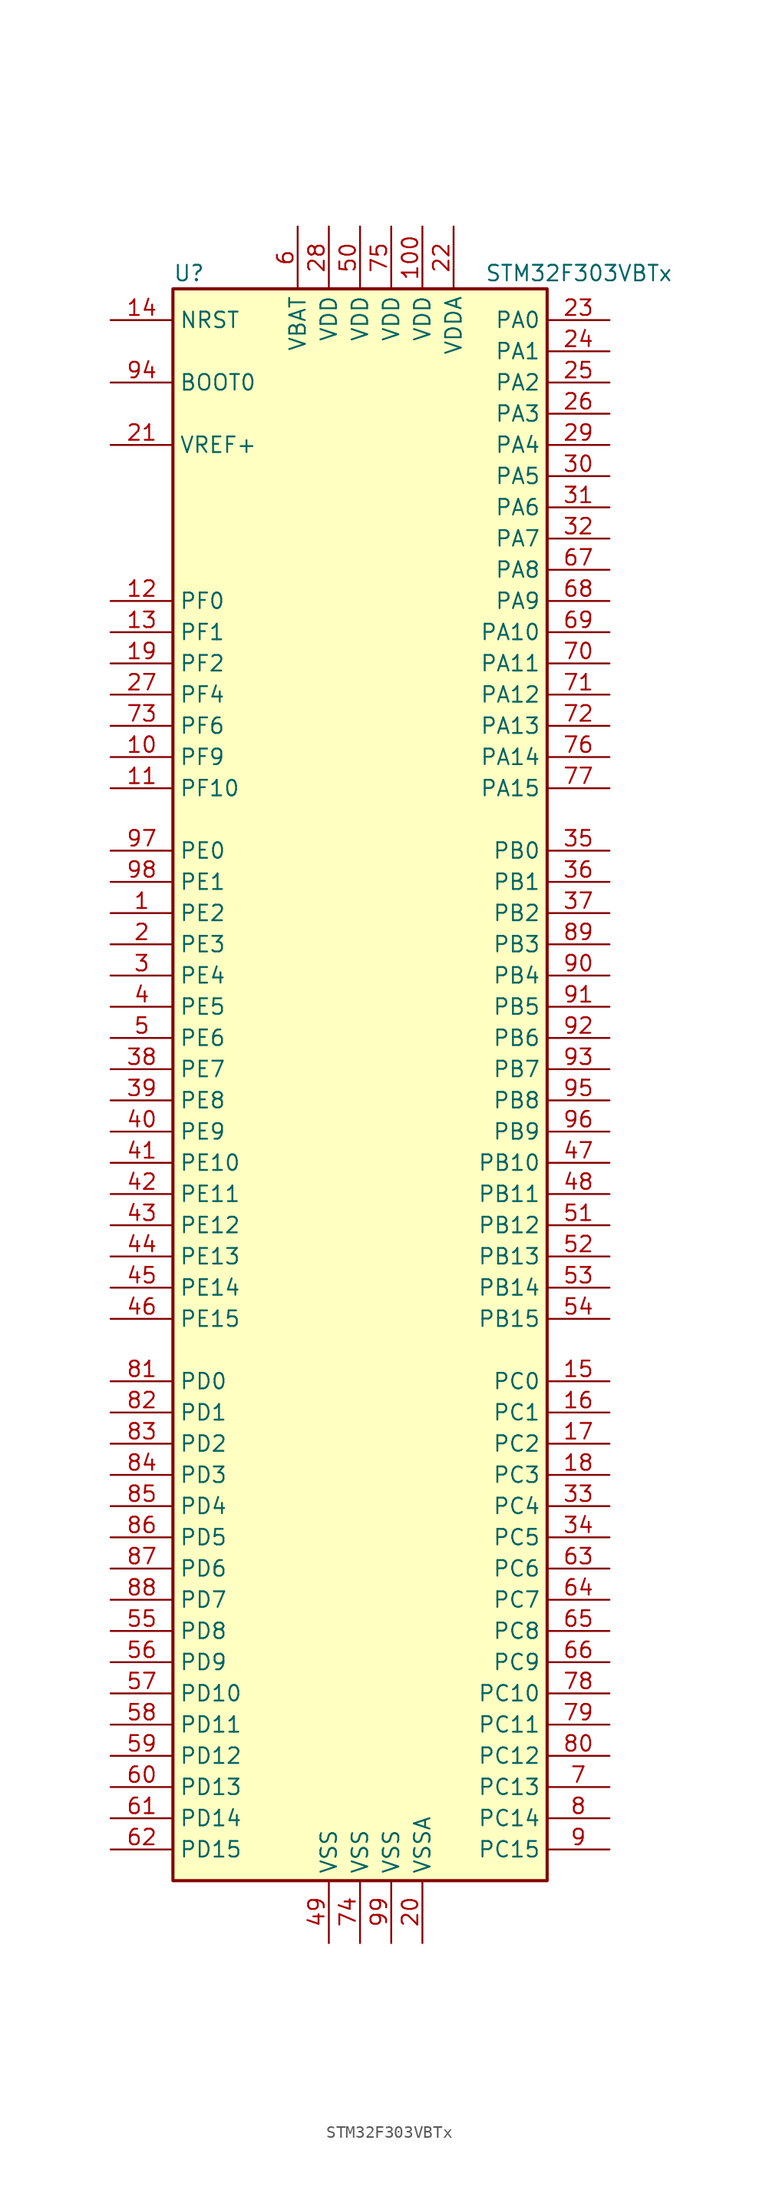
<source format=kicad_sym>
(kicad_symbol_lib
  (version 20201005)
  (generator kicad_symbol_editor)
  (symbol "STM32F303VBTx"
    (property "Reference" "U"
      (at -15.24 64.77 0)
      (effects (font (size 1.27 1.27)) (justify left)))
    (property "Value" "STM32F303VBTx"
      (at 10.16 64.77 0)
      (effects (font (size 1.27 1.27)) (justify left)))
    (symbol "STM32F303VBTx_0_1"
      (rectangle (start -15.24 -66.04) (end 15.24 63.5) (stroke (width 0.254)) (fill (type background))))
    (symbol "STM32F303VBTx_1_1"
      (pin bidirectional line (at -20.32 12.7 0) (length 5.08) (name "PE2" (effects (font (size 1.27 1.27)))) (number "1" (effects (font (size 1.27 1.27)))))
      (pin bidirectional line (at -20.32 25.4 0) (length 5.08) (name "PF9" (effects (font (size 1.27 1.27)))) (number "10" (effects (font (size 1.27 1.27)))))
      (pin power_in line (at 5.08 68.58 270) (length 5.08) (name "VDD" (effects (font (size 1.27 1.27)))) (number "100" (effects (font (size 1.27 1.27)))))
      (pin bidirectional line (at -20.32 22.86 0) (length 5.08) (name "PF10" (effects (font (size 1.27 1.27)))) (number "11" (effects (font (size 1.27 1.27)))))
      (pin input line (at -20.32 38.1 0) (length 5.08) (name "PF0" (effects (font (size 1.27 1.27)))) (number "12" (effects (font (size 1.27 1.27)))))
      (pin input line (at -20.32 35.56 0) (length 5.08) (name "PF1" (effects (font (size 1.27 1.27)))) (number "13" (effects (font (size 1.27 1.27)))))
      (pin input line (at -20.32 60.96 0) (length 5.08) (name "NRST" (effects (font (size 1.27 1.27)))) (number "14" (effects (font (size 1.27 1.27)))))
      (pin bidirectional line (at 20.32 -25.4 180) (length 5.08) (name "PC0" (effects (font (size 1.27 1.27)))) (number "15" (effects (font (size 1.27 1.27)))))
      (pin bidirectional line (at 20.32 -27.94 180) (length 5.08) (name "PC1" (effects (font (size 1.27 1.27)))) (number "16" (effects (font (size 1.27 1.27)))))
      (pin bidirectional line (at 20.32 -30.48 180) (length 5.08) (name "PC2" (effects (font (size 1.27 1.27)))) (number "17" (effects (font (size 1.27 1.27)))))
      (pin bidirectional line (at 20.32 -33.02 180) (length 5.08) (name "PC3" (effects (font (size 1.27 1.27)))) (number "18" (effects (font (size 1.27 1.27)))))
      (pin bidirectional line (at -20.32 33.02 0) (length 5.08) (name "PF2" (effects (font (size 1.27 1.27)))) (number "19" (effects (font (size 1.27 1.27)))))
      (pin bidirectional line (at -20.32 10.16 0) (length 5.08) (name "PE3" (effects (font (size 1.27 1.27)))) (number "2" (effects (font (size 1.27 1.27)))))
      (pin power_in line (at 5.08 -71.12 90) (length 5.08) (name "VSSA" (effects (font (size 1.27 1.27)))) (number "20" (effects (font (size 1.27 1.27)))))
      (pin power_in line (at -20.32 50.8 0) (length 5.08) (name "VREF+" (effects (font (size 1.27 1.27)))) (number "21" (effects (font (size 1.27 1.27)))))
      (pin power_in line (at 7.62 68.58 270) (length 5.08) (name "VDDA" (effects (font (size 1.27 1.27)))) (number "22" (effects (font (size 1.27 1.27)))))
      (pin bidirectional line (at 20.32 60.96 180) (length 5.08) (name "PA0" (effects (font (size 1.27 1.27)))) (number "23" (effects (font (size 1.27 1.27)))))
      (pin bidirectional line (at 20.32 58.42 180) (length 5.08) (name "PA1" (effects (font (size 1.27 1.27)))) (number "24" (effects (font (size 1.27 1.27)))))
      (pin bidirectional line (at 20.32 55.88 180) (length 5.08) (name "PA2" (effects (font (size 1.27 1.27)))) (number "25" (effects (font (size 1.27 1.27)))))
      (pin bidirectional line (at 20.32 53.34 180) (length 5.08) (name "PA3" (effects (font (size 1.27 1.27)))) (number "26" (effects (font (size 1.27 1.27)))))
      (pin bidirectional line (at -20.32 30.48 0) (length 5.08) (name "PF4" (effects (font (size 1.27 1.27)))) (number "27" (effects (font (size 1.27 1.27)))))
      (pin power_in line (at -2.54 68.58 270) (length 5.08) (name "VDD" (effects (font (size 1.27 1.27)))) (number "28" (effects (font (size 1.27 1.27)))))
      (pin bidirectional line (at 20.32 50.8 180) (length 5.08) (name "PA4" (effects (font (size 1.27 1.27)))) (number "29" (effects (font (size 1.27 1.27)))))
      (pin bidirectional line (at -20.32 7.62 0) (length 5.08) (name "PE4" (effects (font (size 1.27 1.27)))) (number "3" (effects (font (size 1.27 1.27)))))
      (pin bidirectional line (at 20.32 48.26 180) (length 5.08) (name "PA5" (effects (font (size 1.27 1.27)))) (number "30" (effects (font (size 1.27 1.27)))))
      (pin bidirectional line (at 20.32 45.72 180) (length 5.08) (name "PA6" (effects (font (size 1.27 1.27)))) (number "31" (effects (font (size 1.27 1.27)))))
      (pin bidirectional line (at 20.32 43.18 180) (length 5.08) (name "PA7" (effects (font (size 1.27 1.27)))) (number "32" (effects (font (size 1.27 1.27)))))
      (pin bidirectional line (at 20.32 -35.56 180) (length 5.08) (name "PC4" (effects (font (size 1.27 1.27)))) (number "33" (effects (font (size 1.27 1.27)))))
      (pin bidirectional line (at 20.32 -38.1 180) (length 5.08) (name "PC5" (effects (font (size 1.27 1.27)))) (number "34" (effects (font (size 1.27 1.27)))))
      (pin bidirectional line (at 20.32 17.78 180) (length 5.08) (name "PB0" (effects (font (size 1.27 1.27)))) (number "35" (effects (font (size 1.27 1.27)))))
      (pin bidirectional line (at 20.32 15.24 180) (length 5.08) (name "PB1" (effects (font (size 1.27 1.27)))) (number "36" (effects (font (size 1.27 1.27)))))
      (pin bidirectional line (at 20.32 12.7 180) (length 5.08) (name "PB2" (effects (font (size 1.27 1.27)))) (number "37" (effects (font (size 1.27 1.27)))))
      (pin bidirectional line (at -20.32 0 0) (length 5.08) (name "PE7" (effects (font (size 1.27 1.27)))) (number "38" (effects (font (size 1.27 1.27)))))
      (pin bidirectional line (at -20.32 -2.54 0) (length 5.08) (name "PE8" (effects (font (size 1.27 1.27)))) (number "39" (effects (font (size 1.27 1.27)))))
      (pin bidirectional line (at -20.32 5.08 0) (length 5.08) (name "PE5" (effects (font (size 1.27 1.27)))) (number "4" (effects (font (size 1.27 1.27)))))
      (pin bidirectional line (at -20.32 -5.08 0) (length 5.08) (name "PE9" (effects (font (size 1.27 1.27)))) (number "40" (effects (font (size 1.27 1.27)))))
      (pin bidirectional line (at -20.32 -7.62 0) (length 5.08) (name "PE10" (effects (font (size 1.27 1.27)))) (number "41" (effects (font (size 1.27 1.27)))))
      (pin bidirectional line (at -20.32 -10.16 0) (length 5.08) (name "PE11" (effects (font (size 1.27 1.27)))) (number "42" (effects (font (size 1.27 1.27)))))
      (pin bidirectional line (at -20.32 -12.7 0) (length 5.08) (name "PE12" (effects (font (size 1.27 1.27)))) (number "43" (effects (font (size 1.27 1.27)))))
      (pin bidirectional line (at -20.32 -15.24 0) (length 5.08) (name "PE13" (effects (font (size 1.27 1.27)))) (number "44" (effects (font (size 1.27 1.27)))))
      (pin bidirectional line (at -20.32 -17.78 0) (length 5.08) (name "PE14" (effects (font (size 1.27 1.27)))) (number "45" (effects (font (size 1.27 1.27)))))
      (pin bidirectional line (at -20.32 -20.32 0) (length 5.08) (name "PE15" (effects (font (size 1.27 1.27)))) (number "46" (effects (font (size 1.27 1.27)))))
      (pin bidirectional line (at 20.32 -7.62 180) (length 5.08) (name "PB10" (effects (font (size 1.27 1.27)))) (number "47" (effects (font (size 1.27 1.27)))))
      (pin bidirectional line (at 20.32 -10.16 180) (length 5.08) (name "PB11" (effects (font (size 1.27 1.27)))) (number "48" (effects (font (size 1.27 1.27)))))
      (pin power_in line (at -2.54 -71.12 90) (length 5.08) (name "VSS" (effects (font (size 1.27 1.27)))) (number "49" (effects (font (size 1.27 1.27)))))
      (pin bidirectional line (at -20.32 2.54 0) (length 5.08) (name "PE6" (effects (font (size 1.27 1.27)))) (number "5" (effects (font (size 1.27 1.27)))))
      (pin power_in line (at 0 68.58 270) (length 5.08) (name "VDD" (effects (font (size 1.27 1.27)))) (number "50" (effects (font (size 1.27 1.27)))))
      (pin bidirectional line (at 20.32 -12.7 180) (length 5.08) (name "PB12" (effects (font (size 1.27 1.27)))) (number "51" (effects (font (size 1.27 1.27)))))
      (pin bidirectional line (at 20.32 -15.24 180) (length 5.08) (name "PB13" (effects (font (size 1.27 1.27)))) (number "52" (effects (font (size 1.27 1.27)))))
      (pin bidirectional line (at 20.32 -17.78 180) (length 5.08) (name "PB14" (effects (font (size 1.27 1.27)))) (number "53" (effects (font (size 1.27 1.27)))))
      (pin bidirectional line (at 20.32 -20.32 180) (length 5.08) (name "PB15" (effects (font (size 1.27 1.27)))) (number "54" (effects (font (size 1.27 1.27)))))
      (pin bidirectional line (at -20.32 -45.72 0) (length 5.08) (name "PD8" (effects (font (size 1.27 1.27)))) (number "55" (effects (font (size 1.27 1.27)))))
      (pin bidirectional line (at -20.32 -48.26 0) (length 5.08) (name "PD9" (effects (font (size 1.27 1.27)))) (number "56" (effects (font (size 1.27 1.27)))))
      (pin bidirectional line (at -20.32 -50.8 0) (length 5.08) (name "PD10" (effects (font (size 1.27 1.27)))) (number "57" (effects (font (size 1.27 1.27)))))
      (pin bidirectional line (at -20.32 -53.34 0) (length 5.08) (name "PD11" (effects (font (size 1.27 1.27)))) (number "58" (effects (font (size 1.27 1.27)))))
      (pin bidirectional line (at -20.32 -55.88 0) (length 5.08) (name "PD12" (effects (font (size 1.27 1.27)))) (number "59" (effects (font (size 1.27 1.27)))))
      (pin power_in line (at -5.08 68.58 270) (length 5.08) (name "VBAT" (effects (font (size 1.27 1.27)))) (number "6" (effects (font (size 1.27 1.27)))))
      (pin bidirectional line (at -20.32 -58.42 0) (length 5.08) (name "PD13" (effects (font (size 1.27 1.27)))) (number "60" (effects (font (size 1.27 1.27)))))
      (pin bidirectional line (at -20.32 -60.96 0) (length 5.08) (name "PD14" (effects (font (size 1.27 1.27)))) (number "61" (effects (font (size 1.27 1.27)))))
      (pin bidirectional line (at -20.32 -63.5 0) (length 5.08) (name "PD15" (effects (font (size 1.27 1.27)))) (number "62" (effects (font (size 1.27 1.27)))))
      (pin bidirectional line (at 20.32 -40.64 180) (length 5.08) (name "PC6" (effects (font (size 1.27 1.27)))) (number "63" (effects (font (size 1.27 1.27)))))
      (pin bidirectional line (at 20.32 -43.18 180) (length 5.08) (name "PC7" (effects (font (size 1.27 1.27)))) (number "64" (effects (font (size 1.27 1.27)))))
      (pin bidirectional line (at 20.32 -45.72 180) (length 5.08) (name "PC8" (effects (font (size 1.27 1.27)))) (number "65" (effects (font (size 1.27 1.27)))))
      (pin bidirectional line (at 20.32 -48.26 180) (length 5.08) (name "PC9" (effects (font (size 1.27 1.27)))) (number "66" (effects (font (size 1.27 1.27)))))
      (pin bidirectional line (at 20.32 40.64 180) (length 5.08) (name "PA8" (effects (font (size 1.27 1.27)))) (number "67" (effects (font (size 1.27 1.27)))))
      (pin bidirectional line (at 20.32 38.1 180) (length 5.08) (name "PA9" (effects (font (size 1.27 1.27)))) (number "68" (effects (font (size 1.27 1.27)))))
      (pin bidirectional line (at 20.32 35.56 180) (length 5.08) (name "PA10" (effects (font (size 1.27 1.27)))) (number "69" (effects (font (size 1.27 1.27)))))
      (pin bidirectional line (at 20.32 -58.42 180) (length 5.08) (name "PC13" (effects (font (size 1.27 1.27)))) (number "7" (effects (font (size 1.27 1.27)))))
      (pin bidirectional line (at 20.32 33.02 180) (length 5.08) (name "PA11" (effects (font (size 1.27 1.27)))) (number "70" (effects (font (size 1.27 1.27)))))
      (pin bidirectional line (at 20.32 30.48 180) (length 5.08) (name "PA12" (effects (font (size 1.27 1.27)))) (number "71" (effects (font (size 1.27 1.27)))))
      (pin bidirectional line (at 20.32 27.94 180) (length 5.08) (name "PA13" (effects (font (size 1.27 1.27)))) (number "72" (effects (font (size 1.27 1.27)))))
      (pin bidirectional line (at -20.32 27.94 0) (length 5.08) (name "PF6" (effects (font (size 1.27 1.27)))) (number "73" (effects (font (size 1.27 1.27)))))
      (pin power_in line (at 0 -71.12 90) (length 5.08) (name "VSS" (effects (font (size 1.27 1.27)))) (number "74" (effects (font (size 1.27 1.27)))))
      (pin power_in line (at 2.54 68.58 270) (length 5.08) (name "VDD" (effects (font (size 1.27 1.27)))) (number "75" (effects (font (size 1.27 1.27)))))
      (pin bidirectional line (at 20.32 25.4 180) (length 5.08) (name "PA14" (effects (font (size 1.27 1.27)))) (number "76" (effects (font (size 1.27 1.27)))))
      (pin bidirectional line (at 20.32 22.86 180) (length 5.08) (name "PA15" (effects (font (size 1.27 1.27)))) (number "77" (effects (font (size 1.27 1.27)))))
      (pin bidirectional line (at 20.32 -50.8 180) (length 5.08) (name "PC10" (effects (font (size 1.27 1.27)))) (number "78" (effects (font (size 1.27 1.27)))))
      (pin bidirectional line (at 20.32 -53.34 180) (length 5.08) (name "PC11" (effects (font (size 1.27 1.27)))) (number "79" (effects (font (size 1.27 1.27)))))
      (pin bidirectional line (at 20.32 -60.96 180) (length 5.08) (name "PC14" (effects (font (size 1.27 1.27)))) (number "8" (effects (font (size 1.27 1.27)))))
      (pin bidirectional line (at 20.32 -55.88 180) (length 5.08) (name "PC12" (effects (font (size 1.27 1.27)))) (number "80" (effects (font (size 1.27 1.27)))))
      (pin bidirectional line (at -20.32 -25.4 0) (length 5.08) (name "PD0" (effects (font (size 1.27 1.27)))) (number "81" (effects (font (size 1.27 1.27)))))
      (pin bidirectional line (at -20.32 -27.94 0) (length 5.08) (name "PD1" (effects (font (size 1.27 1.27)))) (number "82" (effects (font (size 1.27 1.27)))))
      (pin bidirectional line (at -20.32 -30.48 0) (length 5.08) (name "PD2" (effects (font (size 1.27 1.27)))) (number "83" (effects (font (size 1.27 1.27)))))
      (pin bidirectional line (at -20.32 -33.02 0) (length 5.08) (name "PD3" (effects (font (size 1.27 1.27)))) (number "84" (effects (font (size 1.27 1.27)))))
      (pin bidirectional line (at -20.32 -35.56 0) (length 5.08) (name "PD4" (effects (font (size 1.27 1.27)))) (number "85" (effects (font (size 1.27 1.27)))))
      (pin bidirectional line (at -20.32 -38.1 0) (length 5.08) (name "PD5" (effects (font (size 1.27 1.27)))) (number "86" (effects (font (size 1.27 1.27)))))
      (pin bidirectional line (at -20.32 -40.64 0) (length 5.08) (name "PD6" (effects (font (size 1.27 1.27)))) (number "87" (effects (font (size 1.27 1.27)))))
      (pin bidirectional line (at -20.32 -43.18 0) (length 5.08) (name "PD7" (effects (font (size 1.27 1.27)))) (number "88" (effects (font (size 1.27 1.27)))))
      (pin bidirectional line (at 20.32 10.16 180) (length 5.08) (name "PB3" (effects (font (size 1.27 1.27)))) (number "89" (effects (font (size 1.27 1.27)))))
      (pin bidirectional line (at 20.32 -63.5 180) (length 5.08) (name "PC15" (effects (font (size 1.27 1.27)))) (number "9" (effects (font (size 1.27 1.27)))))
      (pin bidirectional line (at 20.32 7.62 180) (length 5.08) (name "PB4" (effects (font (size 1.27 1.27)))) (number "90" (effects (font (size 1.27 1.27)))))
      (pin bidirectional line (at 20.32 5.08 180) (length 5.08) (name "PB5" (effects (font (size 1.27 1.27)))) (number "91" (effects (font (size 1.27 1.27)))))
      (pin bidirectional line (at 20.32 2.54 180) (length 5.08) (name "PB6" (effects (font (size 1.27 1.27)))) (number "92" (effects (font (size 1.27 1.27)))))
      (pin bidirectional line (at 20.32 0 180) (length 5.08) (name "PB7" (effects (font (size 1.27 1.27)))) (number "93" (effects (font (size 1.27 1.27)))))
      (pin input line (at -20.32 55.88 0) (length 5.08) (name "BOOT0" (effects (font (size 1.27 1.27)))) (number "94" (effects (font (size 1.27 1.27)))))
      (pin bidirectional line (at 20.32 -2.54 180) (length 5.08) (name "PB8" (effects (font (size 1.27 1.27)))) (number "95" (effects (font (size 1.27 1.27)))))
      (pin bidirectional line (at 20.32 -5.08 180) (length 5.08) (name "PB9" (effects (font (size 1.27 1.27)))) (number "96" (effects (font (size 1.27 1.27)))))
      (pin bidirectional line (at -20.32 17.78 0) (length 5.08) (name "PE0" (effects (font (size 1.27 1.27)))) (number "97" (effects (font (size 1.27 1.27)))))
      (pin bidirectional line (at -20.32 15.24 0) (length 5.08) (name "PE1" (effects (font (size 1.27 1.27)))) (number "98" (effects (font (size 1.27 1.27)))))
      (pin power_in line (at 2.54 -71.12 90) (length 5.08) (name "VSS" (effects (font (size 1.27 1.27)))) (number "99" (effects (font (size 1.27 1.27))))))))
</source>
